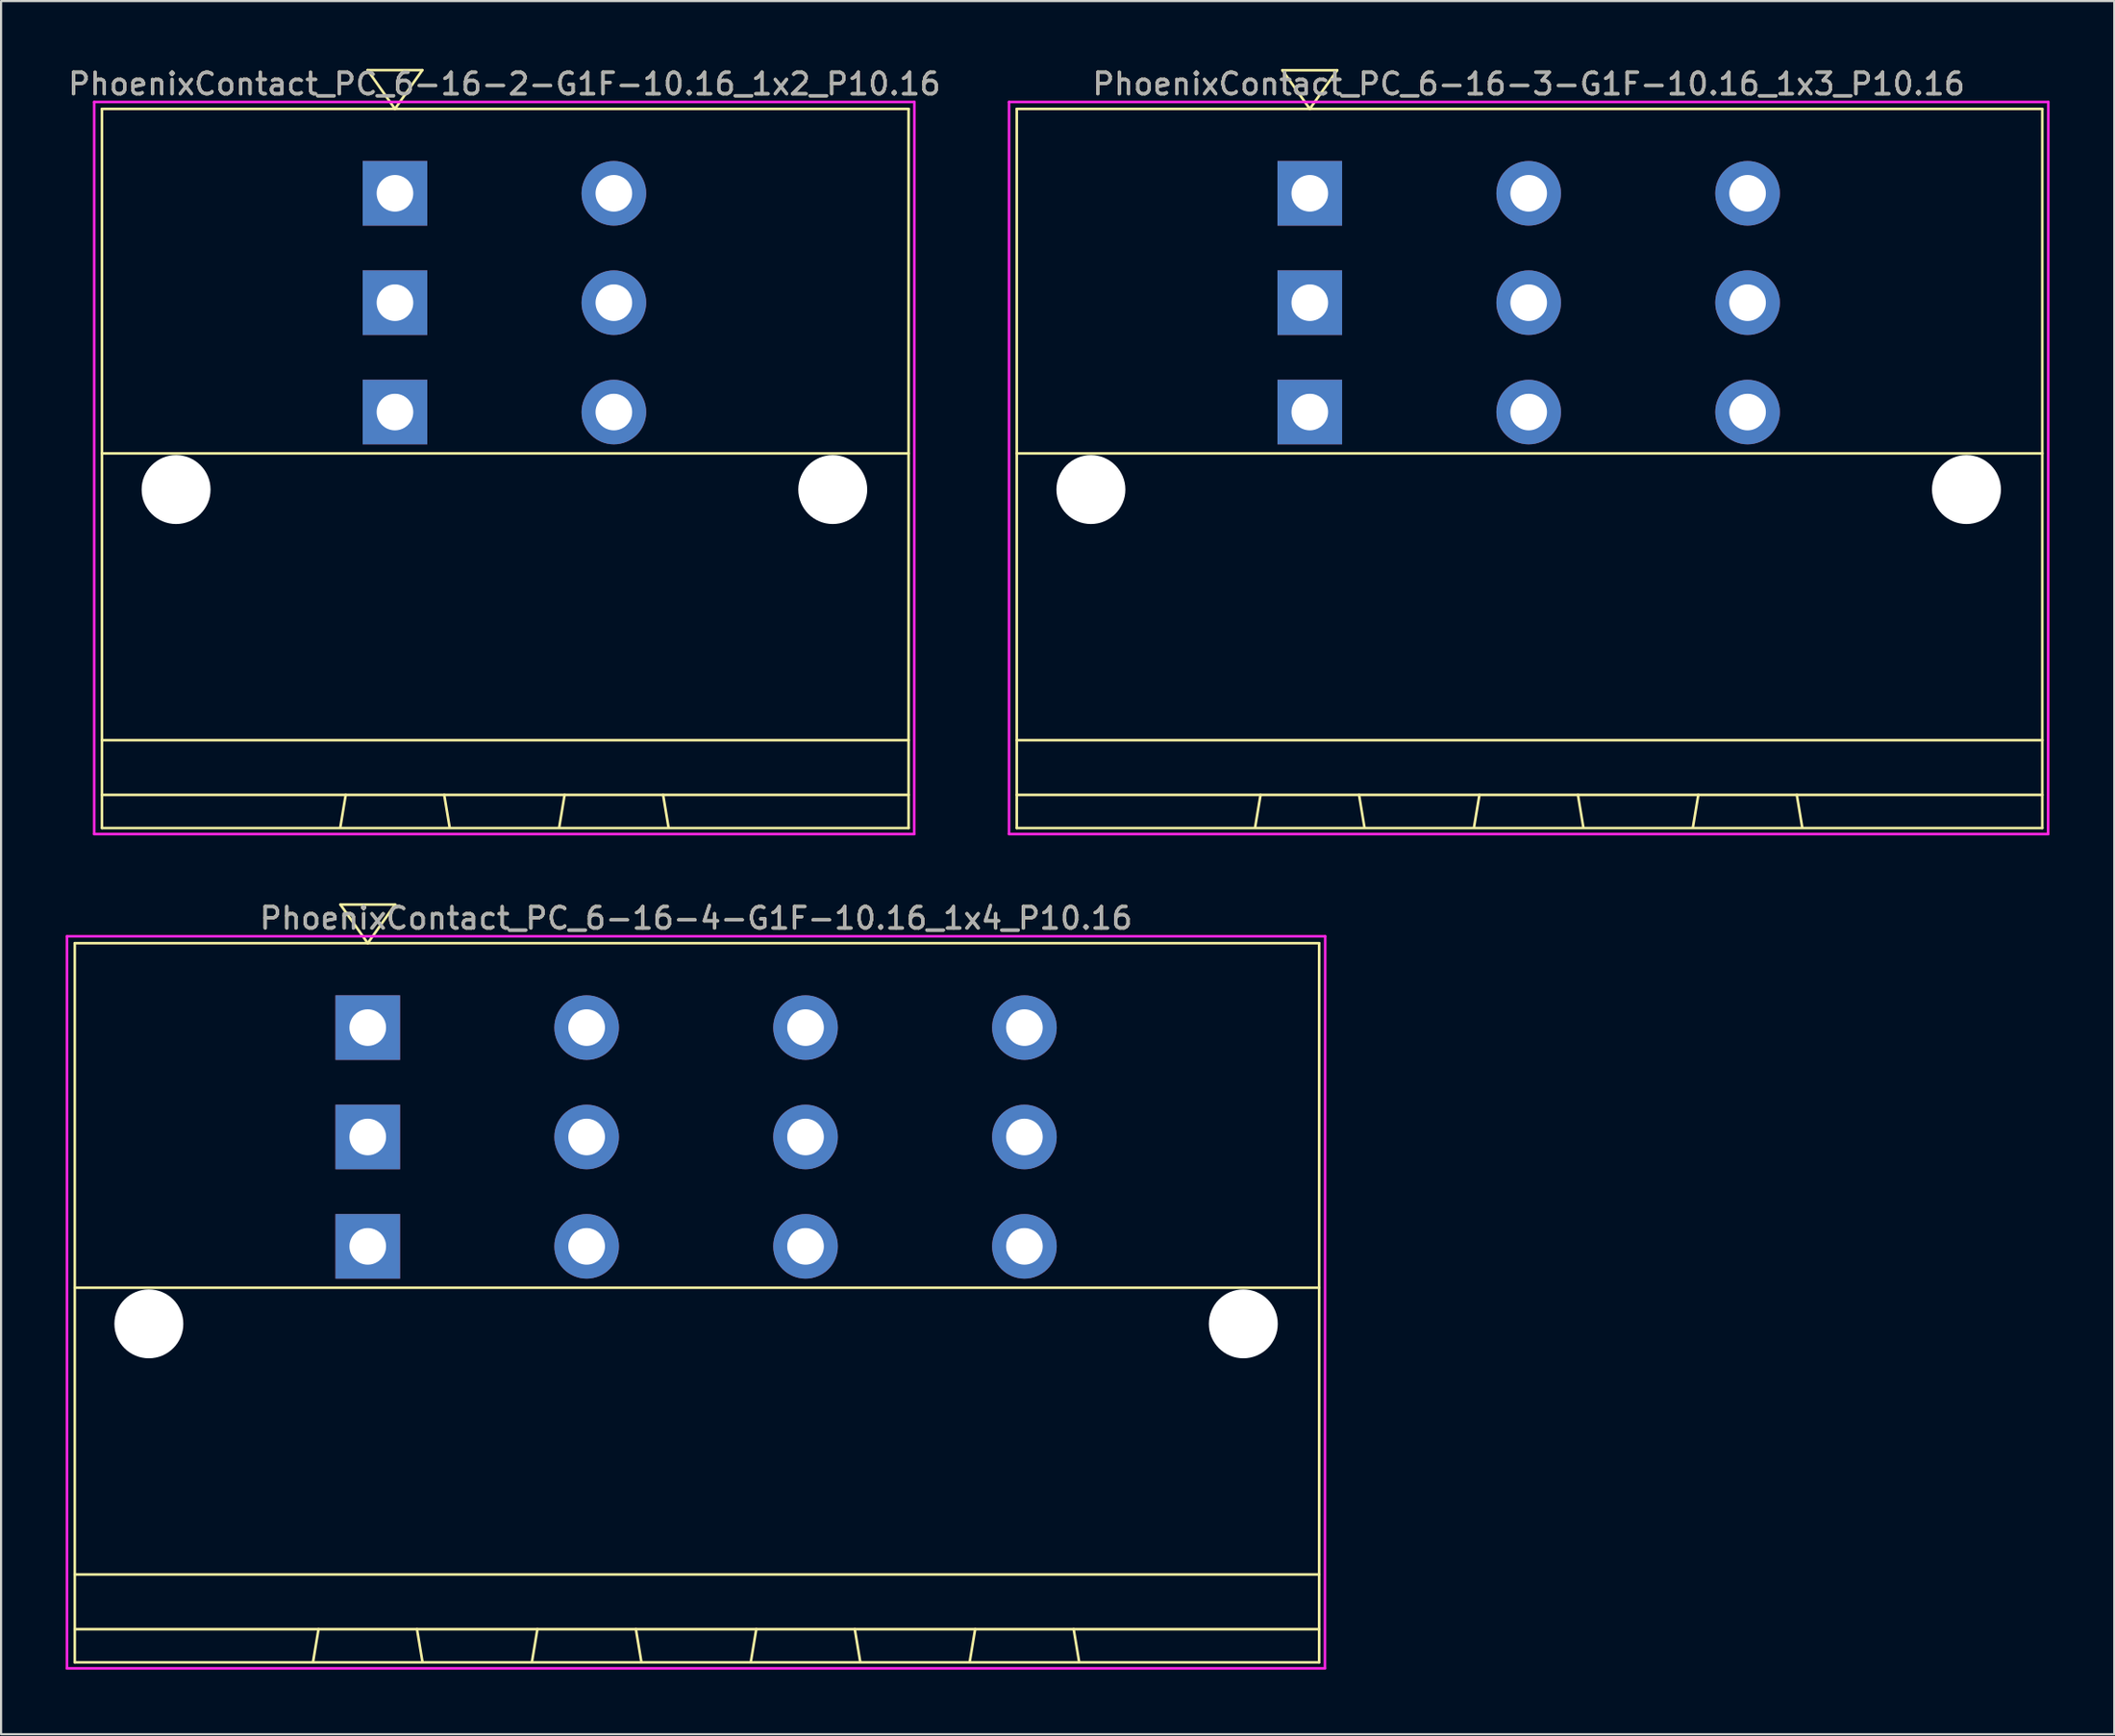
<source format=kicad_pcb>
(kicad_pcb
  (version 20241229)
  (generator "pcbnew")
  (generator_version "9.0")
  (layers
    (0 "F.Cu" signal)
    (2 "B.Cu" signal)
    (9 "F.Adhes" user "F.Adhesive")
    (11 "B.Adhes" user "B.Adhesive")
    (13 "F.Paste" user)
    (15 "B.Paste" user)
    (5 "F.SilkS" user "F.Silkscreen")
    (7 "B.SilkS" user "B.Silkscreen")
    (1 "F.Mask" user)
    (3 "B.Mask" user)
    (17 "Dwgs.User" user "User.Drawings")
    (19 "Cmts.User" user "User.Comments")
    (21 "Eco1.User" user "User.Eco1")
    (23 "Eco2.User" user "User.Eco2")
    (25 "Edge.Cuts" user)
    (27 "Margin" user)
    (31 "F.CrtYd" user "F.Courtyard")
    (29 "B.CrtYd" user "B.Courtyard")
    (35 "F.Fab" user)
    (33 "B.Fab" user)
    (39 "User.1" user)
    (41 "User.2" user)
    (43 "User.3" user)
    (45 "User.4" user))
  (footprint "PhoenixContact_PC_6-16-2-G1F-10.16_1x2_P10.16"
    (layer "F.Cu")
    (at 15.283 11.008)
    (property "Reference" "PhoenixContact_PC_6-16-2-G1F-10.16_1x2_P10.16" (at 5.08 -10.16 0) (layer "F.SilkS") (effects (font (size 1 1) (thickness 0.15))))
    (attr through_hole)
    (fp_line (start -13.6 -9) (end 23.84 -9) (stroke (width 0.12) (type solid)) (layer "F.SilkS"))
    (fp_line (start -13.6 24.4) (end -13.6 -9) (stroke (width 0.12) (type solid)) (layer "F.SilkS"))
    (fp_line (start -2.54 24.384) (end -2.286 22.86) (stroke (width 0.12) (type solid)) (layer "F.SilkS"))
    (fp_line (start -1.27 -10.8) (end 1.27 -10.8) (stroke (width 0.12) (type solid)) (layer "F.SilkS"))
    (fp_line (start 0 -9) (end -1.27 -10.8) (stroke (width 0.12) (type solid)) (layer "F.SilkS"))
    (fp_line (start 1.27 -10.8) (end 0 -9) (stroke (width 0.12) (type solid)) (layer "F.SilkS"))
    (fp_line (start 2.54 24.384) (end 2.286 22.86) (stroke (width 0.12) (type solid)) (layer "F.SilkS"))
    (fp_line (start 7.62 24.384) (end 7.874 22.86) (stroke (width 0.12) (type solid)) (layer "F.SilkS"))
    (fp_line (start 12.7 24.384) (end 12.446 22.86) (stroke (width 0.12) (type solid)) (layer "F.SilkS"))
    (fp_line (start 23.84 -9) (end 23.84 24.4) (stroke (width 0.12) (type solid)) (layer "F.SilkS"))
    (fp_line (start 23.84 7) (end -13.6 7) (stroke (width 0.12) (type solid)) (layer "F.SilkS"))
    (fp_line (start 23.84 20.32) (end -13.6 20.32) (stroke (width 0.12) (type solid)) (layer "F.SilkS"))
    (fp_line (start 23.84 22.86) (end -13.6 22.86) (stroke (width 0.12) (type solid)) (layer "F.SilkS"))
    (fp_line (start 23.84 24.4) (end -13.6 24.4) (stroke (width 0.12) (type solid)) (layer "F.SilkS"))
    (fp_line (start -13.96 -9.32) (end -13.96 24.68) (stroke (width 0.12) (type solid)) (layer "F.CrtYd"))
    (fp_line (start -13.96 -9.32) (end 24.11 -9.32) (stroke (width 0.12) (type solid)) (layer "F.CrtYd"))
    (fp_line (start -13.96 24.68) (end 24.1 24.68) (stroke (width 0.12) (type solid)) (layer "F.CrtYd"))
    (fp_line (start 24.11 -9.32) (end 24.1 24.68) (stroke (width 0.12) (type solid)) (layer "F.CrtYd"))
    (fp_text user "${REFERENCE}" (at 5.08 -10.16 0) (layer "F.Fab") (effects (font (size 1 1) (thickness 0.15))))
    (pad "" np_thru_hole circle (at -10.16 8.68) (size 3.2 3.2) (drill 3.2) (layers "*.Cu" "*.Mask"))
    (pad "" np_thru_hole circle (at 20.32 8.68) (size 3.2 3.2) (drill 3.2) (layers "*.Cu" "*.Mask"))
    (pad "1" thru_hole rect (at 0 -5.08) (size 3 3) (drill 1.7) (layers "*.Cu" "*.Mask"))
    (pad "1" thru_hole rect (at 0 0) (size 3 3) (drill 1.7) (layers "*.Cu" "*.Mask"))
    (pad "1" thru_hole rect (at 0 5.08) (size 3 3) (drill 1.7) (layers "*.Cu" "*.Mask"))
    (pad "2" thru_hole circle (at 10.16 -5.08) (size 3 3) (drill 1.7) (layers "*.Cu" "*.Mask"))
    (pad "2" thru_hole circle (at 10.16 0) (size 3 3) (drill 1.7) (layers "*.Cu" "*.Mask"))
    (pad "2" thru_hole circle (at 10.16 5.08) (size 3 3) (drill 1.7) (layers "*.Cu" "*.Mask")))
  (footprint "PhoenixContact_PC_6-16-4-G1F-10.16_1x4_P10.16"
    (layer "F.Cu")
    (at 14.02 49.757)
    (property "Reference" "PhoenixContact_PC_6-16-4-G1F-10.16_1x4_P10.16" (at 15.24 -10.16 0) (layer "F.SilkS") (effects (font (size 1 1) (thickness 0.15))))
    (attr through_hole)
    (fp_line (start -13.6 -9) (end 44.16 -9) (stroke (width 0.12) (type solid)) (layer "F.SilkS"))
    (fp_line (start -13.6 24.4) (end -13.6 -9) (stroke (width 0.12) (type solid)) (layer "F.SilkS"))
    (fp_line (start -2.54 24.384) (end -2.286 22.86) (stroke (width 0.12) (type solid)) (layer "F.SilkS"))
    (fp_line (start -1.27 -10.795) (end 1.27 -10.795) (stroke (width 0.12) (type solid)) (layer "F.SilkS"))
    (fp_line (start 0 -9) (end -1.27 -10.795) (stroke (width 0.12) (type solid)) (layer "F.SilkS"))
    (fp_line (start 1.27 -10.795) (end 0 -9) (stroke (width 0.12) (type solid)) (layer "F.SilkS"))
    (fp_line (start 2.54 24.384) (end 2.286 22.86) (stroke (width 0.12) (type solid)) (layer "F.SilkS"))
    (fp_line (start 7.62 24.384) (end 7.874 22.86) (stroke (width 0.12) (type solid)) (layer "F.SilkS"))
    (fp_line (start 12.7 24.384) (end 12.446 22.86) (stroke (width 0.12) (type solid)) (layer "F.SilkS"))
    (fp_line (start 17.78 24.384) (end 18.034 22.86) (stroke (width 0.12) (type solid)) (layer "F.SilkS"))
    (fp_line (start 22.86 24.384) (end 22.606 22.86) (stroke (width 0.12) (type solid)) (layer "F.SilkS"))
    (fp_line (start 27.94 24.384) (end 28.194 22.86) (stroke (width 0.12) (type solid)) (layer "F.SilkS"))
    (fp_line (start 33.02 24.384) (end 32.766 22.86) (stroke (width 0.12) (type solid)) (layer "F.SilkS"))
    (fp_line (start 44.16 -9) (end 44.16 24.4) (stroke (width 0.12) (type solid)) (layer "F.SilkS"))
    (fp_line (start 44.16 7) (end -13.6 7) (stroke (width 0.12) (type solid)) (layer "F.SilkS"))
    (fp_line (start 44.16 20.32) (end -13.6 20.32) (stroke (width 0.12) (type solid)) (layer "F.SilkS"))
    (fp_line (start 44.16 22.86) (end -13.6 22.86) (stroke (width 0.12) (type solid)) (layer "F.SilkS"))
    (fp_line (start 44.16 24.4) (end -13.6 24.4) (stroke (width 0.12) (type solid)) (layer "F.SilkS"))
    (fp_line (start -13.96 -9.32) (end -13.96 24.68) (stroke (width 0.12) (type solid)) (layer "F.CrtYd"))
    (fp_line (start -13.96 -9.32) (end 44.44 -9.32) (stroke (width 0.12) (type solid)) (layer "F.CrtYd"))
    (fp_line (start -13.96 24.68) (end 44.43 24.68) (stroke (width 0.12) (type solid)) (layer "F.CrtYd"))
    (fp_line (start 44.44 -9.32) (end 44.43 24.68) (stroke (width 0.12) (type solid)) (layer "F.CrtYd"))
    (fp_text user "${REFERENCE}" (at 15.24 -10.16 0) (layer "F.Fab") (effects (font (size 1 1) (thickness 0.15))))
    (pad "" np_thru_hole circle (at -10.16 8.68) (size 3.2 3.2) (drill 3.2) (layers "*.Cu" "*.Mask"))
    (pad "" np_thru_hole circle (at 40.64 8.68) (size 3.2 3.2) (drill 3.2) (layers "*.Cu" "*.Mask"))
    (pad "1" thru_hole rect (at 0 -5.08) (size 3 3) (drill 1.7) (layers "*.Cu" "*.Mask"))
    (pad "1" thru_hole rect (at 0 0) (size 3 3) (drill 1.7) (layers "*.Cu" "*.Mask"))
    (pad "1" thru_hole rect (at 0 5.08) (size 3 3) (drill 1.7) (layers "*.Cu" "*.Mask"))
    (pad "2" thru_hole circle (at 10.16 -5.08) (size 3 3) (drill 1.7) (layers "*.Cu" "*.Mask"))
    (pad "2" thru_hole circle (at 10.16 0) (size 3 3) (drill 1.7) (layers "*.Cu" "*.Mask"))
    (pad "2" thru_hole circle (at 10.16 5.08) (size 3 3) (drill 1.7) (layers "*.Cu" "*.Mask"))
    (pad "3" thru_hole circle (at 20.32 -5.08) (size 3 3) (drill 1.7) (layers "*.Cu" "*.Mask"))
    (pad "3" thru_hole circle (at 20.32 0) (size 3 3) (drill 1.7) (layers "*.Cu" "*.Mask"))
    (pad "3" thru_hole circle (at 20.32 5.08) (size 3 3) (drill 1.7) (layers "*.Cu" "*.Mask"))
    (pad "4" thru_hole circle (at 30.48 -5.08) (size 3 3) (drill 1.7) (layers "*.Cu" "*.Mask"))
    (pad "4" thru_hole circle (at 30.48 0) (size 3 3) (drill 1.7) (layers "*.Cu" "*.Mask"))
    (pad "4" thru_hole circle (at 30.48 5.08) (size 3 3) (drill 1.7) (layers "*.Cu" "*.Mask")))
  (footprint "PhoenixContact_PC_6-16-3-G1F-10.16_1x3_P10.16"
    (layer "F.Cu")
    (at 57.746 11.008)
    (property "Reference" "PhoenixContact_PC_6-16-3-G1F-10.16_1x3_P10.16" (at 10.16 -10.16 0) (layer "F.SilkS") (effects (font (size 1 1) (thickness 0.15))))
    (attr through_hole)
    (fp_line (start -13.6 -9) (end 34 -9) (stroke (width 0.12) (type solid)) (layer "F.SilkS"))
    (fp_line (start -13.6 24.4) (end -13.6 -9) (stroke (width 0.12) (type solid)) (layer "F.SilkS"))
    (fp_line (start -2.54 24.384) (end -2.286 22.86) (stroke (width 0.12) (type solid)) (layer "F.SilkS"))
    (fp_line (start -1.27 -10.795) (end 1.27 -10.795) (stroke (width 0.12) (type solid)) (layer "F.SilkS"))
    (fp_line (start 0 -9) (end -1.27 -10.795) (stroke (width 0.12) (type solid)) (layer "F.SilkS"))
    (fp_line (start 1.27 -10.795) (end 0 -9) (stroke (width 0.12) (type solid)) (layer "F.SilkS"))
    (fp_line (start 2.54 24.384) (end 2.286 22.86) (stroke (width 0.12) (type solid)) (layer "F.SilkS"))
    (fp_line (start 7.62 24.384) (end 7.874 22.86) (stroke (width 0.12) (type solid)) (layer "F.SilkS"))
    (fp_line (start 12.7 24.384) (end 12.446 22.86) (stroke (width 0.12) (type solid)) (layer "F.SilkS"))
    (fp_line (start 17.78 24.384) (end 18.034 22.86) (stroke (width 0.12) (type solid)) (layer "F.SilkS"))
    (fp_line (start 22.86 24.384) (end 22.606 22.86) (stroke (width 0.12) (type solid)) (layer "F.SilkS"))
    (fp_line (start 34 -9) (end 34 24.4) (stroke (width 0.12) (type solid)) (layer "F.SilkS"))
    (fp_line (start 34 7) (end -13.6 7) (stroke (width 0.12) (type solid)) (layer "F.SilkS"))
    (fp_line (start 34 20.32) (end -13.6 20.32) (stroke (width 0.12) (type solid)) (layer "F.SilkS"))
    (fp_line (start 34 22.86) (end -13.6 22.86) (stroke (width 0.12) (type solid)) (layer "F.SilkS"))
    (fp_line (start 34 24.4) (end -13.6 24.4) (stroke (width 0.12) (type solid)) (layer "F.SilkS"))
    (fp_line (start -13.96 -9.32) (end -13.96 24.68) (stroke (width 0.12) (type solid)) (layer "F.CrtYd"))
    (fp_line (start -13.96 -9.32) (end 34.28 -9.32) (stroke (width 0.12) (type solid)) (layer "F.CrtYd"))
    (fp_line (start -13.96 24.68) (end 34.27 24.68) (stroke (width 0.12) (type solid)) (layer "F.CrtYd"))
    (fp_line (start 34.28 -9.32) (end 34.27 24.68) (stroke (width 0.12) (type solid)) (layer "F.CrtYd"))
    (fp_text user "${REFERENCE}" (at 10.16 -10.16 0) (layer "F.Fab") (effects (font (size 1 1) (thickness 0.15))))
    (pad "" np_thru_hole circle (at -10.16 8.68) (size 3.2 3.2) (drill 3.2) (layers "*.Cu" "*.Mask"))
    (pad "" np_thru_hole circle (at 30.48 8.68) (size 3.2 3.2) (drill 3.2) (layers "*.Cu" "*.Mask"))
    (pad "1" thru_hole rect (at 0 -5.08) (size 3 3) (drill 1.7) (layers "*.Cu" "*.Mask"))
    (pad "1" thru_hole rect (at 0 0) (size 3 3) (drill 1.7) (layers "*.Cu" "*.Mask"))
    (pad "1" thru_hole rect (at 0 5.08) (size 3 3) (drill 1.7) (layers "*.Cu" "*.Mask"))
    (pad "2" thru_hole circle (at 10.16 -5.08) (size 3 3) (drill 1.7) (layers "*.Cu" "*.Mask"))
    (pad "2" thru_hole circle (at 10.16 0) (size 3 3) (drill 1.7) (layers "*.Cu" "*.Mask"))
    (pad "2" thru_hole circle (at 10.16 5.08) (size 3 3) (drill 1.7) (layers "*.Cu" "*.Mask"))
    (pad "3" thru_hole circle (at 20.32 -5.08) (size 3 3) (drill 1.7) (layers "*.Cu" "*.Mask"))
    (pad "3" thru_hole circle (at 20.32 0) (size 3 3) (drill 1.7) (layers "*.Cu" "*.Mask"))
    (pad "3" thru_hole circle (at 20.32 5.08) (size 3 3) (drill 1.7) (layers "*.Cu" "*.Mask")))
  (gr_rect
    (start -3 -3)
    (end 95.086 77.496)
    (stroke (width 0.1) (type default))
    (fill no)
    (layer "Edge.Cuts")))
</source>
